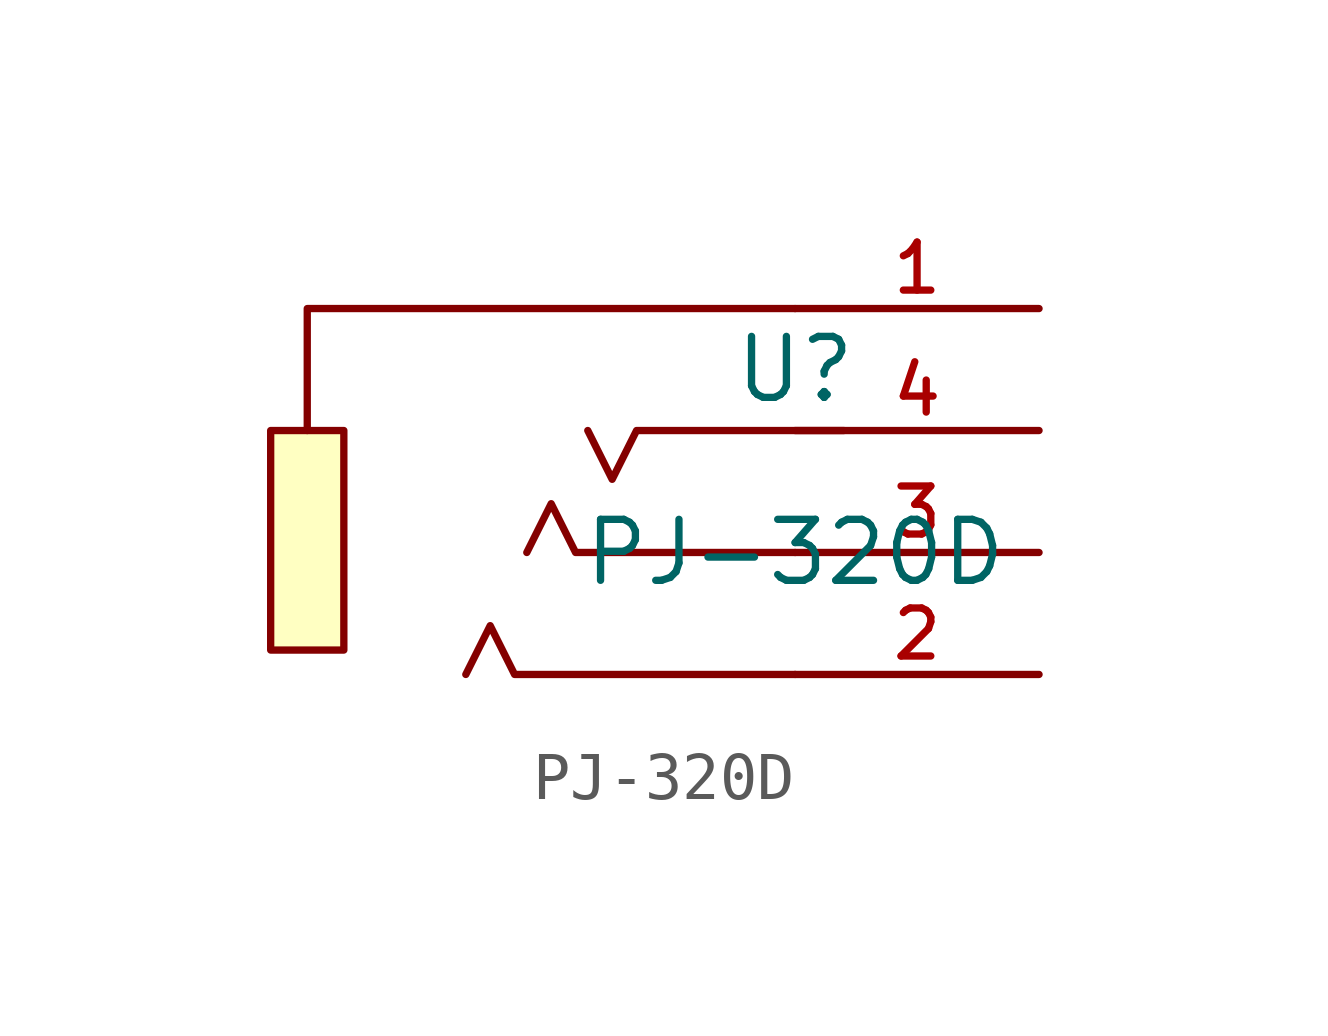
<source format=kicad_sym>
(kicad_symbol_lib
  (version 20210201)
  (generator TousstNicolas/JLC2KiCad_lib)
  (symbol "PJ-320D"
    (pin_names hide)
    (property "Reference" "U"
      (at 0 1.27 0)
      (effects (font (size 1.27 1.27))))
    (property "Value" "PJ-320D"
      (at 0 -2.54 0)
      (effects (font (size 1.27 1.27))))
    (symbol "PJ-320D_0_1"
      (polyline (pts (xy 0.0 -5.08) (xy -5.842 -5.08) (xy -6.35 -4.064) (xy -6.858 -5.08)) (stroke (width 0) (type default) (color 0 0 0 0)) (fill (type none)))
      (polyline (pts (xy 0.0 -2.54) (xy -4.572 -2.54) (xy -5.08 -1.524) (xy -5.588 -2.54)) (stroke (width 0) (type default) (color 0 0 0 0)) (fill (type none)))
      (polyline (pts (xy 1.016 -0.0) (xy -3.302 -0.0) (xy -3.81 -1.016) (xy -4.318 -0.0)) (stroke (width 0) (type default) (color 0 0 0 0)) (fill (type none)))
      (pin unspecified line (at 5.08 -0.0 180) (length 5.08) (name "4" (effects (font (size 1 1)))) (number "4" (effects (font (size 1 1)))))
      (pin unspecified line (at 5.08 -5.08 180) (length 5.08) (name "2" (effects (font (size 1 1)))) (number "2" (effects (font (size 1 1)))))
      (pin unspecified line (at 5.08 -2.54 180) (length 5.08) (name "3" (effects (font (size 1 1)))) (number "3" (effects (font (size 1 1)))))
      (pin unspecified line (at 5.08 2.54 180) (length 5.08) (name "1" (effects (font (size 1 1)))) (number "1" (effects (font (size 1 1)))))
      (rectangle (start -10.922 -0.0) (end -9.398 -4.572) (stroke (width 0) (type default) (color 0 0 0 0)) (fill (type background)))
      (polyline (pts (xy 0.0 2.54) (xy -10.16 2.54) (xy -10.16 -0.0)) (stroke (width 0) (type default) (color 0 0 0 0)) (fill (type none))))))
</source>
